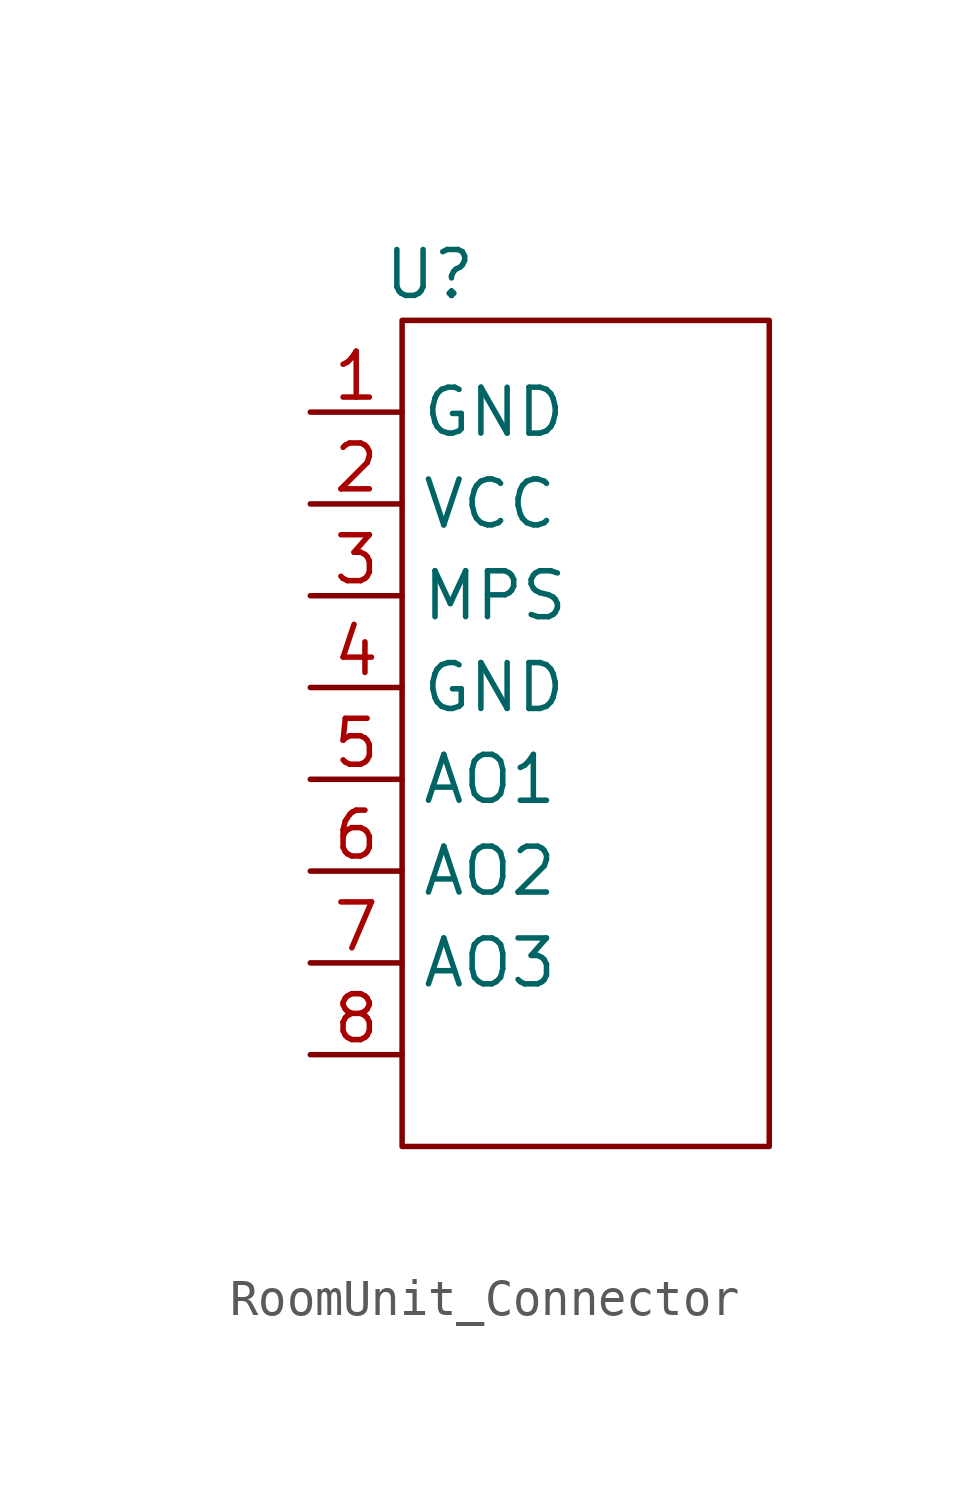
<source format=kicad_sym>
(kicad_symbol_lib
  (version 20231120)
  (generator "kicad_symbol_editor")
  (generator_version "8.0")
  (symbol "RoomUnit_Connector"
    (property "Reference" "U"
      (at 3.302 21.59 0)
      (effects (font (size 1.27 1.27))))
    (property "Value" ""
      (at -2.794 -3.048 0)
      (effects (font (size 1.27 1.27))))
    (symbol "RoomUnit_Connector_0_1"
      (rectangle (start 2.54 20.32) (end 12.7 -2.54) (stroke (width 0) (type default)) (fill (type none))))
    (symbol "RoomUnit_Connector_1_1"
      (pin input line (at 0 17.78 0) (length 2.54) (name "GND" (effects (font (size 1.27 1.27)))) (number "1" (effects (font (size 1.27 1.27)))))
      (pin input line (at 0 15.24 0) (length 2.54) (name "VCC" (effects (font (size 1.27 1.27)))) (number "2" (effects (font (size 1.27 1.27)))))
      (pin input line (at 0 12.7 0) (length 2.54) (name "MPS" (effects (font (size 1.27 1.27)))) (number "3" (effects (font (size 1.27 1.27)))))
      (pin input line (at 0 10.16 0) (length 2.54) (name "GND" (effects (font (size 1.27 1.27)))) (number "4" (effects (font (size 1.27 1.27)))))
      (pin input line (at 0 7.62 0) (length 2.54) (name "AO1" (effects (font (size 1.27 1.27)))) (number "5" (effects (font (size 1.27 1.27)))))
      (pin input line (at 0 5.08 0) (length 2.54) (name "AO2" (effects (font (size 1.27 1.27)))) (number "6" (effects (font (size 1.27 1.27)))))
      (pin input line (at 0 2.54 0) (length 2.54) (name "AO3" (effects (font (size 1.27 1.27)))) (number "7" (effects (font (size 1.27 1.27)))))
      (pin input line (at 0 0 0) (length 2.54) (name "" (effects (font (size 1.27 1.27)))) (number "8" (effects (font (size 1.27 1.27))))))))
</source>
